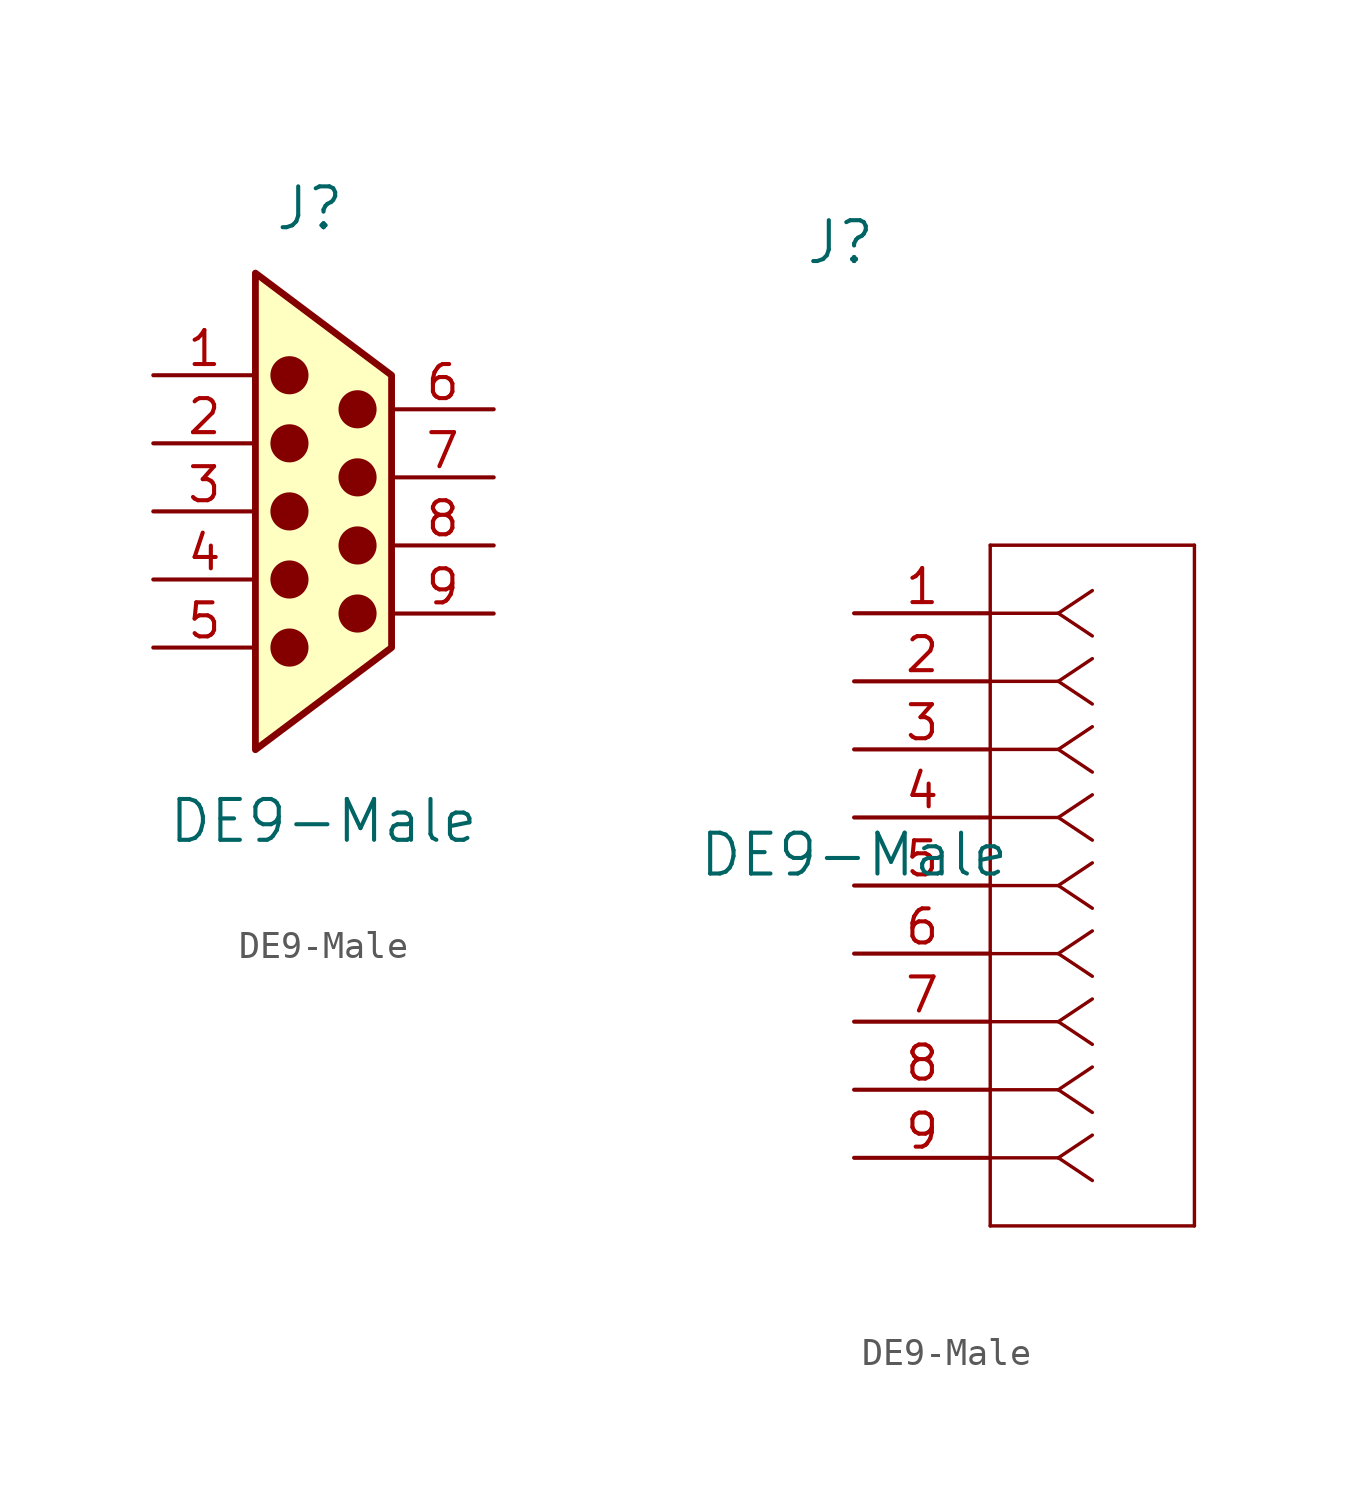
<source format=kicad_sym>
(kicad_symbol_lib
  (version 20241209)
  (generator "kicad_symbol_editor")
  (generator_version "9.0")
  (symbol "DE9-Male"
    (pin_names
      (offset 0.254)
      (hide yes))
    (property "Reference" "J"
      (at -0.508 14.732 0)
      (effects (font (size 1.524 1.524)) (justify top)))
    (property "Value" "DE9-Male"
      (at 0 -9.906 0)
      (effects (font (size 1.524 1.524)) (justify bottom)))
    (symbol "DE9-Male_0_1"
      (polyline (pts (xy -2.54 -6.35) (xy -2.54 11.43) (xy 2.54 7.62) (xy 2.54 -2.54) (xy -2.54 -6.35)) (stroke (width 0.254) (type default)) (fill (type background))))
    (symbol "DE9-Male_1_1"
      (circle (center -1.27 7.62) (radius 0.635) (stroke (width 0) (type solid)) (fill (type outline)))
      (circle (center -1.27 5.08) (radius 0.635) (stroke (width 0) (type solid)) (fill (type outline)))
      (circle (center -1.27 2.54) (radius 0.635) (stroke (width 0) (type solid)) (fill (type outline)))
      (circle (center -1.27 0) (radius 0.635) (stroke (width 0) (type solid)) (fill (type outline)))
      (circle (center -1.27 -2.54) (radius 0.635) (stroke (width 0) (type solid)) (fill (type outline)))
      (circle (center 1.27 6.35) (radius 0.635) (stroke (width 0) (type solid)) (fill (type outline)))
      (circle (center 1.27 3.81) (radius 0.635) (stroke (width 0) (type solid)) (fill (type outline)))
      (circle (center 1.27 1.27) (radius 0.635) (stroke (width 0) (type solid)) (fill (type outline)))
      (circle (center 1.27 -1.27) (radius 0.635) (stroke (width 0) (type solid)) (fill (type outline)))
      (pin passive line (at -6.35 7.62 0) (length 3.81) (name "1" (effects (font (size 1.27 1.27)))) (number "1" (effects (font (size 1.27 1.27)))))
      (pin passive line (at -6.35 5.08 0) (length 3.81) (name "2" (effects (font (size 1.27 1.27)))) (number "2" (effects (font (size 1.27 1.27)))))
      (pin passive line (at -6.35 2.54 0) (length 3.81) (name "3" (effects (font (size 1.27 1.27)))) (number "3" (effects (font (size 1.27 1.27)))))
      (pin passive line (at -6.35 0 0) (length 3.81) (name "4" (effects (font (size 1.27 1.27)))) (number "4" (effects (font (size 1.27 1.27)))))
      (pin passive line (at -6.35 -2.54 0) (length 3.81) (name "5" (effects (font (size 1.27 1.27)))) (number "5" (effects (font (size 1.27 1.27)))))
      (pin passive line (at 6.35 6.35 180) (length 3.81) (name "6" (effects (font (size 1.27 1.27)))) (number "6" (effects (font (size 1.27 1.27)))))
      (pin passive line (at 6.35 3.81 180) (length 3.81) (name "7" (effects (font (size 1.27 1.27)))) (number "7" (effects (font (size 1.27 1.27)))))
      (pin passive line (at 6.35 1.27 180) (length 3.81) (name "8" (effects (font (size 1.27 1.27)))) (number "8" (effects (font (size 1.27 1.27)))))
      (pin passive line (at 6.35 -1.27 180) (length 3.81) (name "9" (effects (font (size 1.27 1.27)))) (number "9" (effects (font (size 1.27 1.27))))))
    (symbol "DE9-Male_1_2"
      (polyline (pts (xy 5.08 2.54) (xy 5.08 -22.86)) (stroke (width 0.127) (type default)) (fill (type none)))
      (polyline (pts (xy 5.08 -22.86) (xy 12.7 -22.86)) (stroke (width 0.127) (type default)) (fill (type none)))
      (polyline (pts (xy 7.62 0) (xy 5.08 0)) (stroke (width 0.127) (type default)) (fill (type none)))
      (polyline (pts (xy 7.62 0) (xy 8.89 0.847)) (stroke (width 0.127) (type default)) (fill (type none)))
      (polyline (pts (xy 7.62 0) (xy 8.89 -0.847)) (stroke (width 0.127) (type default)) (fill (type none)))
      (polyline (pts (xy 7.62 -2.54) (xy 5.08 -2.54)) (stroke (width 0.127) (type default)) (fill (type none)))
      (polyline (pts (xy 7.62 -2.54) (xy 8.89 -1.693)) (stroke (width 0.127) (type default)) (fill (type none)))
      (polyline (pts (xy 7.62 -2.54) (xy 8.89 -3.387)) (stroke (width 0.127) (type default)) (fill (type none)))
      (polyline (pts (xy 7.62 -5.08) (xy 5.08 -5.08)) (stroke (width 0.127) (type default)) (fill (type none)))
      (polyline (pts (xy 7.62 -5.08) (xy 8.89 -4.233)) (stroke (width 0.127) (type default)) (fill (type none)))
      (polyline (pts (xy 7.62 -5.08) (xy 8.89 -5.927)) (stroke (width 0.127) (type default)) (fill (type none)))
      (polyline (pts (xy 7.62 -7.62) (xy 5.08 -7.62)) (stroke (width 0.127) (type default)) (fill (type none)))
      (polyline (pts (xy 7.62 -7.62) (xy 8.89 -6.773)) (stroke (width 0.127) (type default)) (fill (type none)))
      (polyline (pts (xy 7.62 -7.62) (xy 8.89 -8.467)) (stroke (width 0.127) (type default)) (fill (type none)))
      (polyline (pts (xy 7.62 -10.16) (xy 5.08 -10.16)) (stroke (width 0.127) (type default)) (fill (type none)))
      (polyline (pts (xy 7.62 -10.16) (xy 8.89 -9.313)) (stroke (width 0.127) (type default)) (fill (type none)))
      (polyline (pts (xy 7.62 -10.16) (xy 8.89 -11.007)) (stroke (width 0.127) (type default)) (fill (type none)))
      (polyline (pts (xy 7.62 -12.7) (xy 5.08 -12.7)) (stroke (width 0.127) (type default)) (fill (type none)))
      (polyline (pts (xy 7.62 -12.7) (xy 8.89 -11.853)) (stroke (width 0.127) (type default)) (fill (type none)))
      (polyline (pts (xy 7.62 -12.7) (xy 8.89 -13.547)) (stroke (width 0.127) (type default)) (fill (type none)))
      (polyline (pts (xy 7.62 -15.24) (xy 5.08 -15.24)) (stroke (width 0.127) (type default)) (fill (type none)))
      (polyline (pts (xy 7.62 -15.24) (xy 8.89 -14.393)) (stroke (width 0.127) (type default)) (fill (type none)))
      (polyline (pts (xy 7.62 -15.24) (xy 8.89 -16.087)) (stroke (width 0.127) (type default)) (fill (type none)))
      (polyline (pts (xy 7.62 -17.78) (xy 5.08 -17.78)) (stroke (width 0.127) (type default)) (fill (type none)))
      (polyline (pts (xy 7.62 -17.78) (xy 8.89 -16.933)) (stroke (width 0.127) (type default)) (fill (type none)))
      (polyline (pts (xy 7.62 -17.78) (xy 8.89 -18.627)) (stroke (width 0.127) (type default)) (fill (type none)))
      (polyline (pts (xy 7.62 -20.32) (xy 5.08 -20.32)) (stroke (width 0.127) (type default)) (fill (type none)))
      (polyline (pts (xy 7.62 -20.32) (xy 8.89 -19.473)) (stroke (width 0.127) (type default)) (fill (type none)))
      (polyline (pts (xy 7.62 -20.32) (xy 8.89 -21.167)) (stroke (width 0.127) (type default)) (fill (type none)))
      (polyline (pts (xy 12.7 2.54) (xy 5.08 2.54)) (stroke (width 0.127) (type default)) (fill (type none)))
      (polyline (pts (xy 12.7 -22.86) (xy 12.7 2.54)) (stroke (width 0.127) (type default)) (fill (type none)))
      (pin unspecified line (at 0 0 0) (length 5.08) (name "1" (effects (font (size 1.27 1.27)))) (number "1" (effects (font (size 1.27 1.27)))))
      (pin unspecified line (at 0 -2.54 0) (length 5.08) (name "2" (effects (font (size 1.27 1.27)))) (number "2" (effects (font (size 1.27 1.27)))))
      (pin unspecified line (at 0 -5.08 0) (length 5.08) (name "3" (effects (font (size 1.27 1.27)))) (number "3" (effects (font (size 1.27 1.27)))))
      (pin unspecified line (at 0 -7.62 0) (length 5.08) (name "4" (effects (font (size 1.27 1.27)))) (number "4" (effects (font (size 1.27 1.27)))))
      (pin unspecified line (at 0 -10.16 0) (length 5.08) (name "5" (effects (font (size 1.27 1.27)))) (number "5" (effects (font (size 1.27 1.27)))))
      (pin unspecified line (at 0 -12.7 0) (length 5.08) (name "6" (effects (font (size 1.27 1.27)))) (number "6" (effects (font (size 1.27 1.27)))))
      (pin unspecified line (at 0 -15.24 0) (length 5.08) (name "7" (effects (font (size 1.27 1.27)))) (number "7" (effects (font (size 1.27 1.27)))))
      (pin unspecified line (at 0 -17.78 0) (length 5.08) (name "8" (effects (font (size 1.27 1.27)))) (number "8" (effects (font (size 1.27 1.27)))))
      (pin unspecified line (at 0 -20.32 0) (length 5.08) (name "9" (effects (font (size 1.27 1.27)))) (number "9" (effects (font (size 1.27 1.27))))))))
</source>
